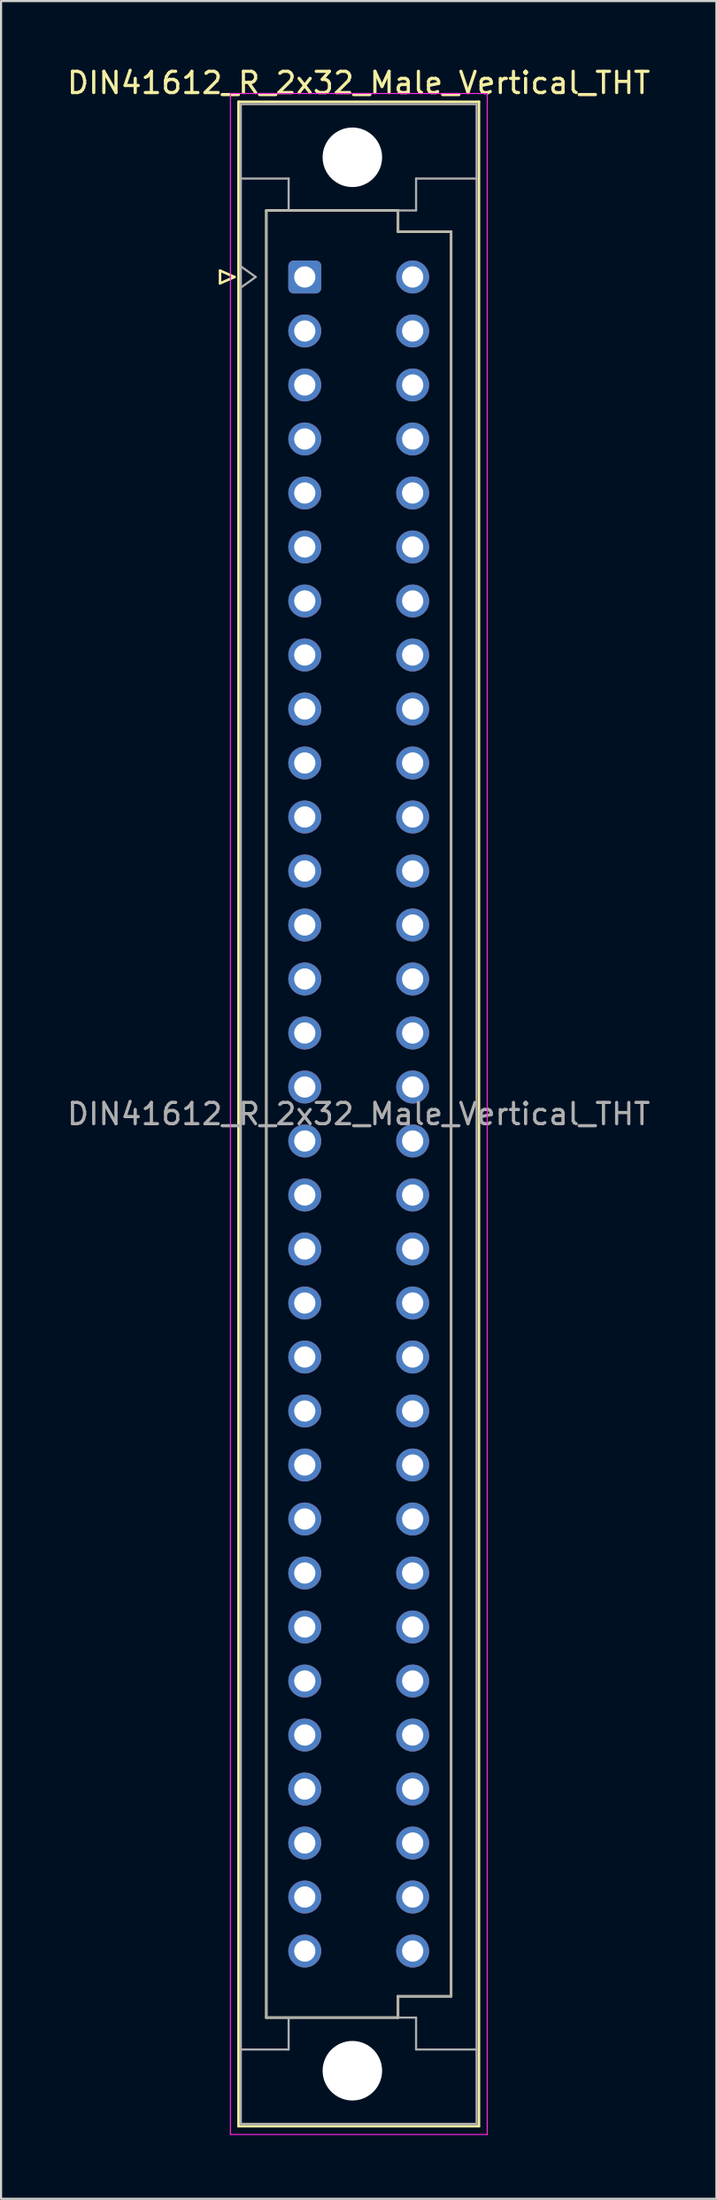
<source format=kicad_pcb>
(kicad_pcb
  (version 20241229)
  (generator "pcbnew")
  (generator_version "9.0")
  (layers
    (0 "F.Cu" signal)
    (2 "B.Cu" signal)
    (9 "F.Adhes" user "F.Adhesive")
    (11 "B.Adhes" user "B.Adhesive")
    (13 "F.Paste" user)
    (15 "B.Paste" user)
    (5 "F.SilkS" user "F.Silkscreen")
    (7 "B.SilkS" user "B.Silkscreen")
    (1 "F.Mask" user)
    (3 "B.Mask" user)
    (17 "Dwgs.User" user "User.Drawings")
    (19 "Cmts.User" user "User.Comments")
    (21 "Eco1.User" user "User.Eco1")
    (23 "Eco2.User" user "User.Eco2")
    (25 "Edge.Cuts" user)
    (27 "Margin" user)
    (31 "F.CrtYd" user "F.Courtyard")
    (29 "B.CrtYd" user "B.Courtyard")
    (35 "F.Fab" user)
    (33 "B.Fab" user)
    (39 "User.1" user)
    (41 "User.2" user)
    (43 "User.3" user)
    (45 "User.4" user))
  (footprint "DIN41612_R_2x32_Male_Vertical_THT"
    (layer "F.Cu")
    (at 11.299 9.978)
    (property "Reference" "DIN41612_R_2x32_Male_Vertical_THT" (at 2.54 -9.13 0) (layer "F.SilkS") (effects (font (size 1 1) (thickness 0.15))))
    (attr through_hole)
    (fp_line (start -3.99 -0.3) (end -3.99 0.3) (stroke (width 0.12) (type solid)) (layer "F.SilkS"))
    (fp_line (start -3.99 0.3) (end -3.31 0) (stroke (width 0.12) (type solid)) (layer "F.SilkS"))
    (fp_line (start -3.31 0) (end -3.99 -0.3) (stroke (width 0.12) (type solid)) (layer "F.SilkS"))
    (fp_line (start -3.12 -8.24) (end 8.2 -8.24) (stroke (width 0.12) (type solid)) (layer "F.SilkS"))
    (fp_line (start -3.12 86.98) (end -3.12 -8.24) (stroke (width 0.12) (type solid)) (layer "F.SilkS"))
    (fp_line (start -1.81 -3.131) (end 4.39 -3.131) (stroke (width 0.12) (type solid)) (layer "F.SilkS"))
    (fp_line (start -1.81 81.87) (end -1.81 -3.131) (stroke (width 0.12) (type solid)) (layer "F.SilkS"))
    (fp_line (start 4.39 -3.131) (end 4.39 -2.131) (stroke (width 0.12) (type solid)) (layer "F.SilkS"))
    (fp_line (start 4.39 -2.131) (end 6.89 -2.131) (stroke (width 0.12) (type solid)) (layer "F.SilkS"))
    (fp_line (start 4.39 80.87) (end 4.39 81.87) (stroke (width 0.12) (type solid)) (layer "F.SilkS"))
    (fp_line (start 4.39 81.87) (end -1.81 81.87) (stroke (width 0.12) (type solid)) (layer "F.SilkS"))
    (fp_line (start 6.89 -2.131) (end 6.89 80.87) (stroke (width 0.12) (type solid)) (layer "F.SilkS"))
    (fp_line (start 6.89 80.87) (end 4.39 80.87) (stroke (width 0.12) (type solid)) (layer "F.SilkS"))
    (fp_line (start 8.2 -8.24) (end 8.2 86.98) (stroke (width 0.12) (type solid)) (layer "F.SilkS"))
    (fp_line (start 8.2 86.98) (end -3.12 86.98) (stroke (width 0.12) (type solid)) (layer "F.SilkS"))
    (fp_line (start -3.5 -8.63) (end 8.59 -8.63) (stroke (width 0.05) (type solid)) (layer "F.CrtYd"))
    (fp_line (start -3.5 87.37) (end -3.5 -8.63) (stroke (width 0.05) (type solid)) (layer "F.CrtYd"))
    (fp_line (start 8.59 -8.63) (end 8.59 87.37) (stroke (width 0.05) (type solid)) (layer "F.CrtYd"))
    (fp_line (start 8.59 87.37) (end -3.5 87.37) (stroke (width 0.05) (type solid)) (layer "F.CrtYd"))
    (fp_line (start -3.01 -8.13) (end 8.09 -8.13) (stroke (width 0.1) (type solid)) (layer "F.Fab"))
    (fp_line (start -3.01 -4.63) (end -0.76 -4.63) (stroke (width 0.1) (type solid)) (layer "F.Fab"))
    (fp_line (start -3.01 -0.5) (end -2.31 0) (stroke (width 0.1) (type solid)) (layer "F.Fab"))
    (fp_line (start -3.01 83.37) (end -0.76 83.37) (stroke (width 0.1) (type solid)) (layer "F.Fab"))
    (fp_line (start -3.01 86.87) (end -3.01 -8.13) (stroke (width 0.1) (type solid)) (layer "F.Fab"))
    (fp_line (start -2.31 0) (end -3.01 0.5) (stroke (width 0.1) (type solid)) (layer "F.Fab"))
    (fp_line (start -1.81 -3.13) (end 4.39 -3.13) (stroke (width 0.1) (type solid)) (layer "F.Fab"))
    (fp_line (start -1.81 81.87) (end -1.81 -3.13) (stroke (width 0.1) (type solid)) (layer "F.Fab"))
    (fp_line (start -0.76 -4.63) (end -0.76 -3.13) (stroke (width 0.1) (type solid)) (layer "F.Fab"))
    (fp_line (start -0.76 83.37) (end -0.76 81.87) (stroke (width 0.1) (type solid)) (layer "F.Fab"))
    (fp_line (start 4.39 -3.13) (end 4.39 -2.13) (stroke (width 0.1) (type solid)) (layer "F.Fab"))
    (fp_line (start 4.39 -3.13) (end 5.24 -3.13) (stroke (width 0.1) (type solid)) (layer "F.Fab"))
    (fp_line (start 4.39 -2.13) (end 6.89 -2.13) (stroke (width 0.1) (type solid)) (layer "F.Fab"))
    (fp_line (start 4.39 80.87) (end 4.39 81.87) (stroke (width 0.1) (type solid)) (layer "F.Fab"))
    (fp_line (start 4.39 81.87) (end -1.81 81.87) (stroke (width 0.1) (type solid)) (layer "F.Fab"))
    (fp_line (start 4.39 81.87) (end 5.24 81.87) (stroke (width 0.1) (type solid)) (layer "F.Fab"))
    (fp_line (start 5.24 -4.63) (end 8.09 -4.63) (stroke (width 0.1) (type solid)) (layer "F.Fab"))
    (fp_line (start 5.24 -3.13) (end 5.24 -4.63) (stroke (width 0.1) (type solid)) (layer "F.Fab"))
    (fp_line (start 5.24 81.87) (end 5.24 83.37) (stroke (width 0.1) (type solid)) (layer "F.Fab"))
    (fp_line (start 5.24 83.37) (end 8.09 83.37) (stroke (width 0.1) (type solid)) (layer "F.Fab"))
    (fp_line (start 6.89 -2.13) (end 6.89 80.87) (stroke (width 0.1) (type solid)) (layer "F.Fab"))
    (fp_line (start 6.89 80.87) (end 4.39 80.87) (stroke (width 0.1) (type solid)) (layer "F.Fab"))
    (fp_line (start 8.09 -8.13) (end 8.09 86.87) (stroke (width 0.1) (type solid)) (layer "F.Fab"))
    (fp_line (start 8.09 86.87) (end -3.01 86.87) (stroke (width 0.1) (type solid)) (layer "F.Fab"))
    (fp_text user "${REFERENCE}" (at 2.54 39.37 0) (layer "F.Fab") (effects (font (size 1 1) (thickness 0.15))))
    (pad "" np_thru_hole circle (at 2.24 -5.63) (size 2.8 2.8) (drill 2.8) (layers "*.Cu" "*.Mask"))
    (pad "" np_thru_hole circle (at 2.24 84.37) (size 2.8 2.8) (drill 2.8) (layers "*.Cu" "*.Mask"))
    (pad "a0" thru_hole roundrect (at 0 0) (size 1.55 1.55) (drill 1) (layers "*.Cu" "*.Mask") (roundrect_rratio 0.161))
    (pad "a1" thru_hole circle (at 0 2.54) (size 1.55 1.55) (drill 1) (layers "*.Cu" "*.Mask"))
    (pad "a2" thru_hole circle (at 0 5.08) (size 1.55 1.55) (drill 1) (layers "*.Cu" "*.Mask"))
    (pad "a3" thru_hole circle (at 0 7.62) (size 1.55 1.55) (drill 1) (layers "*.Cu" "*.Mask"))
    (pad "a4" thru_hole circle (at 0 10.16) (size 1.55 1.55) (drill 1) (layers "*.Cu" "*.Mask"))
    (pad "a5" thru_hole circle (at 0 12.7) (size 1.55 1.55) (drill 1) (layers "*.Cu" "*.Mask"))
    (pad "a6" thru_hole circle (at 0 15.24) (size 1.55 1.55) (drill 1) (layers "*.Cu" "*.Mask"))
    (pad "a7" thru_hole circle (at 0 17.78) (size 1.55 1.55) (drill 1) (layers "*.Cu" "*.Mask"))
    (pad "a8" thru_hole circle (at 0 20.32) (size 1.55 1.55) (drill 1) (layers "*.Cu" "*.Mask"))
    (pad "a9" thru_hole circle (at 0 22.86) (size 1.55 1.55) (drill 1) (layers "*.Cu" "*.Mask"))
    (pad "a10" thru_hole circle (at 0 25.4) (size 1.55 1.55) (drill 1) (layers "*.Cu" "*.Mask"))
    (pad "a11" thru_hole circle (at 0 27.94) (size 1.55 1.55) (drill 1) (layers "*.Cu" "*.Mask"))
    (pad "a12" thru_hole circle (at 0 30.48) (size 1.55 1.55) (drill 1) (layers "*.Cu" "*.Mask"))
    (pad "a13" thru_hole circle (at 0 33.02) (size 1.55 1.55) (drill 1) (layers "*.Cu" "*.Mask"))
    (pad "a14" thru_hole circle (at 0 35.56) (size 1.55 1.55) (drill 1) (layers "*.Cu" "*.Mask"))
    (pad "a15" thru_hole circle (at 0 38.1) (size 1.55 1.55) (drill 1) (layers "*.Cu" "*.Mask"))
    (pad "a16" thru_hole circle (at 0 40.64) (size 1.55 1.55) (drill 1) (layers "*.Cu" "*.Mask"))
    (pad "a17" thru_hole circle (at 0 43.18) (size 1.55 1.55) (drill 1) (layers "*.Cu" "*.Mask"))
    (pad "a18" thru_hole circle (at 0 45.72) (size 1.55 1.55) (drill 1) (layers "*.Cu" "*.Mask"))
    (pad "a19" thru_hole circle (at 0 48.26) (size 1.55 1.55) (drill 1) (layers "*.Cu" "*.Mask"))
    (pad "a20" thru_hole circle (at 0 50.8) (size 1.55 1.55) (drill 1) (layers "*.Cu" "*.Mask"))
    (pad "a21" thru_hole circle (at 0 53.34) (size 1.55 1.55) (drill 1) (layers "*.Cu" "*.Mask"))
    (pad "a22" thru_hole circle (at 0 55.88) (size 1.55 1.55) (drill 1) (layers "*.Cu" "*.Mask"))
    (pad "a23" thru_hole circle (at 0 58.42) (size 1.55 1.55) (drill 1) (layers "*.Cu" "*.Mask"))
    (pad "a24" thru_hole circle (at 0 60.96) (size 1.55 1.55) (drill 1) (layers "*.Cu" "*.Mask"))
    (pad "a25" thru_hole circle (at 0 63.5) (size 1.55 1.55) (drill 1) (layers "*.Cu" "*.Mask"))
    (pad "a26" thru_hole circle (at 0 66.04) (size 1.55 1.55) (drill 1) (layers "*.Cu" "*.Mask"))
    (pad "a27" thru_hole circle (at 0 68.58) (size 1.55 1.55) (drill 1) (layers "*.Cu" "*.Mask"))
    (pad "a28" thru_hole circle (at 0 71.12) (size 1.55 1.55) (drill 1) (layers "*.Cu" "*.Mask"))
    (pad "a29" thru_hole circle (at 0 73.66) (size 1.55 1.55) (drill 1) (layers "*.Cu" "*.Mask"))
    (pad "a30" thru_hole circle (at 0 76.2) (size 1.55 1.55) (drill 1) (layers "*.Cu" "*.Mask"))
    (pad "a31" thru_hole circle (at 0 78.74) (size 1.55 1.55) (drill 1) (layers "*.Cu" "*.Mask"))
    (pad "c0" thru_hole circle (at 5.08 0) (size 1.55 1.55) (drill 1) (layers "*.Cu" "*.Mask"))
    (pad "c1" thru_hole circle (at 5.08 2.54) (size 1.55 1.55) (drill 1) (layers "*.Cu" "*.Mask"))
    (pad "c2" thru_hole circle (at 5.08 5.08) (size 1.55 1.55) (drill 1) (layers "*.Cu" "*.Mask"))
    (pad "c3" thru_hole circle (at 5.08 7.62) (size 1.55 1.55) (drill 1) (layers "*.Cu" "*.Mask"))
    (pad "c4" thru_hole circle (at 5.08 10.16) (size 1.55 1.55) (drill 1) (layers "*.Cu" "*.Mask"))
    (pad "c5" thru_hole circle (at 5.08 12.7) (size 1.55 1.55) (drill 1) (layers "*.Cu" "*.Mask"))
    (pad "c6" thru_hole circle (at 5.08 15.24) (size 1.55 1.55) (drill 1) (layers "*.Cu" "*.Mask"))
    (pad "c7" thru_hole circle (at 5.08 17.78) (size 1.55 1.55) (drill 1) (layers "*.Cu" "*.Mask"))
    (pad "c8" thru_hole circle (at 5.08 20.32) (size 1.55 1.55) (drill 1) (layers "*.Cu" "*.Mask"))
    (pad "c9" thru_hole circle (at 5.08 22.86) (size 1.55 1.55) (drill 1) (layers "*.Cu" "*.Mask"))
    (pad "c10" thru_hole circle (at 5.08 25.4) (size 1.55 1.55) (drill 1) (layers "*.Cu" "*.Mask"))
    (pad "c11" thru_hole circle (at 5.08 27.94) (size 1.55 1.55) (drill 1) (layers "*.Cu" "*.Mask"))
    (pad "c12" thru_hole circle (at 5.08 30.48) (size 1.55 1.55) (drill 1) (layers "*.Cu" "*.Mask"))
    (pad "c13" thru_hole circle (at 5.08 33.02) (size 1.55 1.55) (drill 1) (layers "*.Cu" "*.Mask"))
    (pad "c14" thru_hole circle (at 5.08 35.56) (size 1.55 1.55) (drill 1) (layers "*.Cu" "*.Mask"))
    (pad "c15" thru_hole circle (at 5.08 38.1) (size 1.55 1.55) (drill 1) (layers "*.Cu" "*.Mask"))
    (pad "c16" thru_hole circle (at 5.08 40.64) (size 1.55 1.55) (drill 1) (layers "*.Cu" "*.Mask"))
    (pad "c17" thru_hole circle (at 5.08 43.18) (size 1.55 1.55) (drill 1) (layers "*.Cu" "*.Mask"))
    (pad "c18" thru_hole circle (at 5.08 45.72) (size 1.55 1.55) (drill 1) (layers "*.Cu" "*.Mask"))
    (pad "c19" thru_hole circle (at 5.08 48.26) (size 1.55 1.55) (drill 1) (layers "*.Cu" "*.Mask"))
    (pad "c20" thru_hole circle (at 5.08 50.8) (size 1.55 1.55) (drill 1) (layers "*.Cu" "*.Mask"))
    (pad "c21" thru_hole circle (at 5.08 53.34) (size 1.55 1.55) (drill 1) (layers "*.Cu" "*.Mask"))
    (pad "c22" thru_hole circle (at 5.08 55.88) (size 1.55 1.55) (drill 1) (layers "*.Cu" "*.Mask"))
    (pad "c23" thru_hole circle (at 5.08 58.42) (size 1.55 1.55) (drill 1) (layers "*.Cu" "*.Mask"))
    (pad "c24" thru_hole circle (at 5.08 60.96) (size 1.55 1.55) (drill 1) (layers "*.Cu" "*.Mask"))
    (pad "c25" thru_hole circle (at 5.08 63.5) (size 1.55 1.55) (drill 1) (layers "*.Cu" "*.Mask"))
    (pad "c26" thru_hole circle (at 5.08 66.04) (size 1.55 1.55) (drill 1) (layers "*.Cu" "*.Mask"))
    (pad "c27" thru_hole circle (at 5.08 68.58) (size 1.55 1.55) (drill 1) (layers "*.Cu" "*.Mask"))
    (pad "c28" thru_hole circle (at 5.08 71.12) (size 1.55 1.55) (drill 1) (layers "*.Cu" "*.Mask"))
    (pad "c29" thru_hole circle (at 5.08 73.66) (size 1.55 1.55) (drill 1) (layers "*.Cu" "*.Mask"))
    (pad "c30" thru_hole circle (at 5.08 76.2) (size 1.55 1.55) (drill 1) (layers "*.Cu" "*.Mask"))
    (pad "c31" thru_hole circle (at 5.08 78.74) (size 1.55 1.55) (drill 1) (layers "*.Cu" "*.Mask")))
  (gr_rect
    (start -3 -3)
    (end 30.679 100.373)
    (stroke (width 0.1) (type default))
    (fill no)
    (layer "Edge.Cuts")))
</source>
